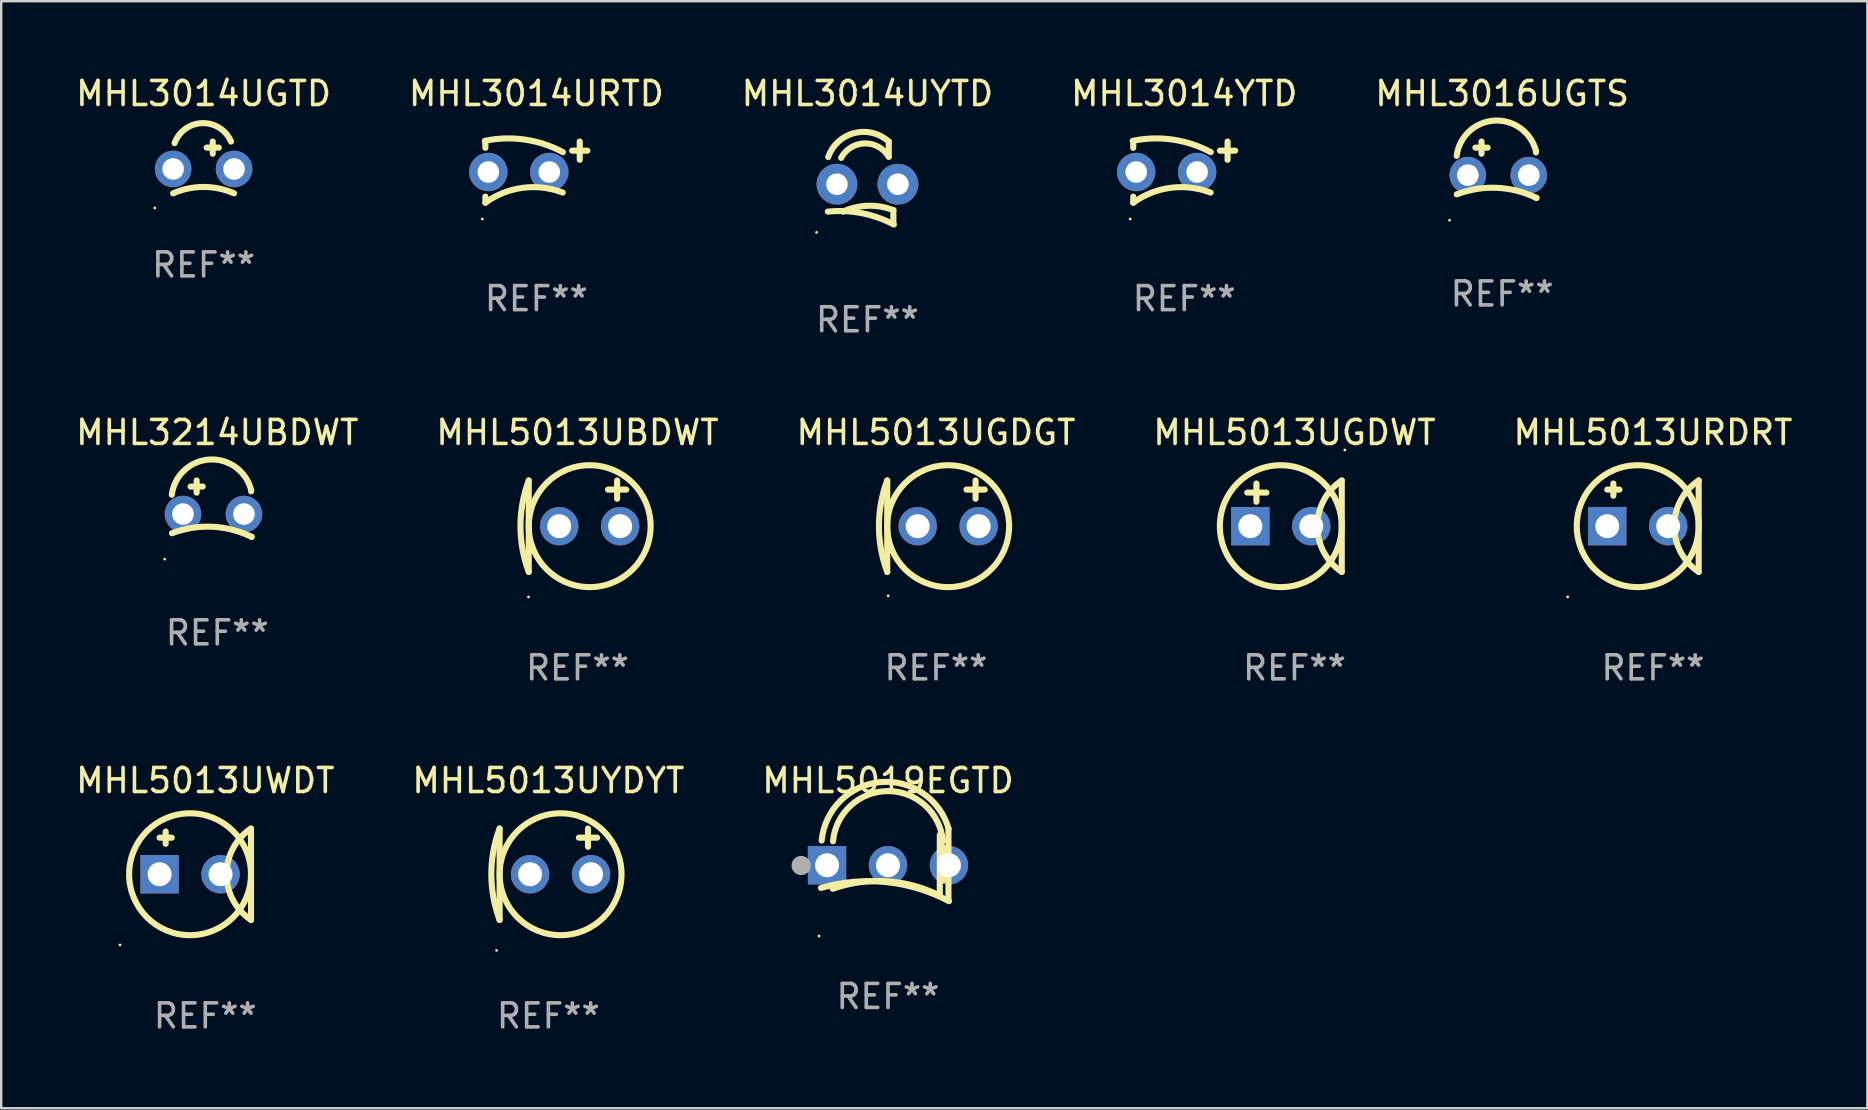
<source format=kicad_pcb>
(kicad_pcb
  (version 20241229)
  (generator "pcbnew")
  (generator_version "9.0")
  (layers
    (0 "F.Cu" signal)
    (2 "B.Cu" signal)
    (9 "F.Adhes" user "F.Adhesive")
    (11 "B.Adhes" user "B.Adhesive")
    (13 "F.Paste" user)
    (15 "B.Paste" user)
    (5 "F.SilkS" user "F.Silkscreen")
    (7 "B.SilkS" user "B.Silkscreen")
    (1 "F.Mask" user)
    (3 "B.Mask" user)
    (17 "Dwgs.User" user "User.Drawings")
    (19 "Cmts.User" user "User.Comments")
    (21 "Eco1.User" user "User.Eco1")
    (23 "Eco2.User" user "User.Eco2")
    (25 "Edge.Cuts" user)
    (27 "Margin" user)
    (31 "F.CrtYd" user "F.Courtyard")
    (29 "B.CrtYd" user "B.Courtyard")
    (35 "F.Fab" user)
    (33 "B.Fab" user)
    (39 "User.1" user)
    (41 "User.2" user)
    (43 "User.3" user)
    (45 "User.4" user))
  (footprint "MHL5013URDRT"
    (layer "F.Cu")
    (at 65.839 18.879)
    (property "Reference" "MHL5013URDRT" (at 0 -3.905 0) (layer "F.SilkS") (effects (font (size 1 1) (thickness 0.15))))
    (attr through_hole)
    (fp_line (start -1.905 -1.524) (end -1.397 -1.524) (stroke (width 0.254) (type solid)) (layer "F.SilkS"))
    (fp_line (start -1.651 -1.778) (end -1.651 -1.27) (stroke (width 0.254) (type solid)) (layer "F.SilkS"))
    (fp_line (start 1.905 1.905) (end 1.905 -1.905) (stroke (width 0.254) (type solid)) (layer "F.SilkS"))
    (fp_arc (start 1.904999 1.905) (mid 0.885477 0) (end 1.904999 -1.905) (stroke (width 0.254001) (type solid)) (layer "F.SilkS"))
    (fp_circle (center -3.554 2.946) (end -3.524 2.946) (stroke (width 0.06) (type solid)) (fill no) (layer "F.SilkS"))
    (fp_circle (center -0.635 0) (end 1.905 0) (stroke (width 0.254) (type solid)) (fill no) (layer "F.SilkS"))
    (fp_text user "REF**" (at 0 5.905 0) (layer "F.Fab") (effects (font (size 1 1) (thickness 0.15))))
    (pad "1" thru_hole rect (at -1.905 0) (size 1.6 1.6) (drill 1) (layers "*.Cu" "*.Mask"))
    (pad "2" thru_hole circle (at 0.635 0) (size 1.6 1.6) (drill 1) (layers "*.Cu" "*.Mask")))
  (footprint "MHL5013UGDWT"
    (layer "F.Cu")
    (at 50.899 18.879)
    (property "Reference" "MHL5013UGDWT" (at 0 -3.905 0) (layer "F.SilkS") (effects (font (size 1 1) (thickness 0.15))))
    (attr through_hole)
    (fp_line (start -1.97 -1.4) (end -1.17 -1.4) (stroke (width 0.254) (type solid)) (layer "F.SilkS"))
    (fp_line (start -1.586 -1.778) (end -1.586 -1.016) (stroke (width 0.254) (type solid)) (layer "F.SilkS"))
    (fp_line (start 1.97 1.905) (end 1.97 -1.905) (stroke (width 0.254) (type solid)) (layer "F.SilkS"))
    (fp_arc (start 1.969997 1.905) (mid 0.950475 -0.000001) (end 1.969998 -1.905001) (stroke (width 0.254001) (type solid)) (layer "F.SilkS"))
    (fp_circle (center -0.57 0) (end 1.97 0) (stroke (width 0.254) (type solid)) (fill no) (layer "F.SilkS"))
    (fp_circle (center 2.097 -3.175) (end 2.127 -3.175) (stroke (width 0.06) (type solid)) (fill no) (layer "F.SilkS"))
    (fp_text user "REF**" (at 0 5.905 0) (layer "F.Fab") (effects (font (size 1 1) (thickness 0.15))))
    (pad "1" thru_hole circle (at 0.7 0) (size 1.6 1.6) (drill 1) (layers "*.Cu" "*.Mask"))
    (pad "2" thru_hole rect (at -1.84 0) (size 1.6 1.6) (drill 1) (layers "*.Cu" "*.Mask")))
  (footprint "MHL5013UGDGT"
    (layer "F.Cu")
    (at 35.958 18.879)
    (property "Reference" "MHL5013UGDGT" (at 0 -3.905 0) (layer "F.SilkS") (effects (font (size 1 1) (thickness 0.15))))
    (attr through_hole)
    (fp_line (start -2.032 -1.905) (end -2.032 1.905) (stroke (width 0.254) (type solid)) (layer "F.SilkS"))
    (fp_line (start 1.651 -1.905) (end 1.651 -1.143) (stroke (width 0.254) (type solid)) (layer "F.SilkS"))
    (fp_line (start 2.032 -1.524) (end 1.27 -1.524) (stroke (width 0.254) (type solid)) (layer "F.SilkS"))
    (fp_arc (start -2.031999 1.905) (mid -2.377441 0) (end -2.031999 -1.905) (stroke (width 0.254001) (type solid)) (layer "F.SilkS"))
    (fp_circle (center -1.992 2.9) (end -1.962 2.9) (stroke (width 0.06) (type solid)) (fill no) (layer "F.SilkS"))
    (fp_circle (center 0.508 0) (end 3.048 0) (stroke (width 0.254) (type solid)) (fill no) (layer "F.SilkS"))
    (fp_text user "REF**" (at 0 5.905 0) (layer "F.Fab") (effects (font (size 1 1) (thickness 0.15))))
    (pad "1" thru_hole circle (at -0.762 0) (size 1.6 1.6) (drill 1) (layers "*.Cu" "*.Mask"))
    (pad "2" thru_hole circle (at 1.778 0) (size 1.6 1.6) (drill 1) (layers "*.Cu" "*.Mask")))
  (footprint "MHL3014URTD"
    (layer "F.Cu")
    (at 19.304 4.123)
    (property "Reference" "MHL3014URTD" (at 0 -3.275 0) (layer "F.SilkS") (effects (font (size 1 1) (thickness 0.15))))
    (attr through_hole)
    (fp_line (start -2.125 -1.265) (end -2.125 -1.011) (stroke (width 0.254) (type solid)) (layer "F.SilkS"))
    (fp_line (start -2.125 1.275) (end -2.125 1.021) (stroke (width 0.254) (type solid)) (layer "F.SilkS"))
    (fp_line (start 1.49 -0.894) (end 2.125 -0.894) (stroke (width 0.254) (type solid)) (layer "F.SilkS"))
    (fp_line (start 1.807 -0.513) (end 1.807 -1.275) (stroke (width 0.254) (type solid)) (layer "F.SilkS"))
    (fp_arc (start -2.148349 -1.302858) (mid -0.478554 -1.355044) (end 1.107912 -0.831535) (stroke (width 0.254001) (type solid)) (layer "F.SilkS"))
    (fp_arc (start -2.124829 1.27474) (mid -0.565957 0.654289) (end 1.100088 0.852615) (stroke (width 0.254001) (type solid)) (layer "F.SilkS"))
    (fp_circle (center -2.252 1.955) (end -2.222 1.955) (stroke (width 0.06) (type solid)) (fill no) (layer "F.SilkS"))
    (fp_text user "REF**" (at 0 5.275 0) (layer "F.Fab") (effects (font (size 1 1) (thickness 0.15))))
    (pad "1" thru_hole circle (at -2.002 -0.004) (size 1.6 1.6) (drill 0.9) (layers "*.Cu" "*.Mask"))
    (pad "2" thru_hole circle (at 0.538 -0.004) (size 1.6 1.6) (drill 0.9) (layers "*.Cu" "*.Mask")))
  (footprint "MHL3214UBDWT"
    (layer "F.Cu")
    (at 6.006 18.15)
    (property "Reference" "MHL3214UBDWT" (at 0 -3.176 0) (layer "F.SilkS") (effects (font (size 1 1) (thickness 0.15))))
    (attr through_hole)
    (fp_line (start -1.114 -0.922) (end -0.606 -0.922) (stroke (width 0.254) (type solid)) (layer "F.SilkS"))
    (fp_line (start -0.86 -1.176) (end -0.86 -0.668) (stroke (width 0.254) (type solid)) (layer "F.SilkS"))
    (fp_line (start 1.41 -0.776) (end 1.41 -0.723) (stroke (width 0.254) (type solid)) (layer "F.SilkS"))
    (fp_line (start 1.43 1.176) (end 1.43 1.164) (stroke (width 0.254) (type solid)) (layer "F.SilkS"))
    (fp_arc (start -1.896915 -0.579704) (mid -0.324751 -2.048067) (end 1.4103 -0.776302) (stroke (width 0.254001) (type solid)) (layer "F.SilkS"))
    (fp_arc (start -1.8897 1.023698) (mid -0.214006 0.752438) (end 1.429731 1.176302) (stroke (width 0.254001) (type solid)) (layer "F.SilkS"))
    (fp_circle (center -2.192 2.103) (end -2.162 2.103) (stroke (width 0.06) (type solid)) (fill no) (layer "F.SilkS"))
    (fp_text user "REF**" (at 0 5.176 0) (layer "F.Fab") (effects (font (size 1 1) (thickness 0.15))))
    (pad "1" thru_hole circle (at -1.43 0.224) (size 1.524 1.524) (drill 0.9) (layers "*.Cu" "*.Mask"))
    (pad "2" thru_hole circle (at 1.11 0.224) (size 1.524 1.524) (drill 0.9) (layers "*.Cu" "*.Mask")))
  (footprint "MHL5013UBDWT"
    (layer "F.Cu")
    (at 21.018 18.879)
    (property "Reference" "MHL5013UBDWT" (at 0 -3.905 0) (layer "F.SilkS") (effects (font (size 1 1) (thickness 0.15))))
    (attr through_hole)
    (fp_line (start -2.032 -1.905) (end -2.032 1.905) (stroke (width 0.254) (type solid)) (layer "F.SilkS"))
    (fp_line (start 1.651 -1.905) (end 1.651 -1.143) (stroke (width 0.254) (type solid)) (layer "F.SilkS"))
    (fp_line (start 2.032 -1.524) (end 1.27 -1.524) (stroke (width 0.254) (type solid)) (layer "F.SilkS"))
    (fp_arc (start -2.031999 1.905) (mid -2.377441 0) (end -2.031999 -1.905) (stroke (width 0.254001) (type solid)) (layer "F.SilkS"))
    (fp_circle (center -2.042 2.95) (end -2.012 2.95) (stroke (width 0.06) (type solid)) (fill no) (layer "F.SilkS"))
    (fp_circle (center 0.508 0) (end 3.048 0) (stroke (width 0.254) (type solid)) (fill no) (layer "F.SilkS"))
    (fp_text user "REF**" (at 0 5.905 0) (layer "F.Fab") (effects (font (size 1 1) (thickness 0.15))))
    (pad "1" thru_hole circle (at -0.762 0) (size 1.6 1.6) (drill 1) (layers "*.Cu" "*.Mask"))
    (pad "2" thru_hole circle (at 1.778 0) (size 1.6 1.6) (drill 1) (layers "*.Cu" "*.Mask")))
  (footprint "MHL5013UYDYT"
    (layer "F.Cu")
    (at 19.804 33.385)
    (property "Reference" "MHL5013UYDYT" (at 0 -3.905 0) (layer "F.SilkS") (effects (font (size 1 1) (thickness 0.15))))
    (attr through_hole)
    (fp_line (start -2.032 -1.905) (end -2.032 1.905) (stroke (width 0.254) (type solid)) (layer "F.SilkS"))
    (fp_line (start 1.651 -1.905) (end 1.651 -1.143) (stroke (width 0.254) (type solid)) (layer "F.SilkS"))
    (fp_line (start 2.032 -1.524) (end 1.27 -1.524) (stroke (width 0.254) (type solid)) (layer "F.SilkS"))
    (fp_arc (start -2.031999 1.905) (mid -2.377441 0) (end -2.031999 -1.905) (stroke (width 0.254001) (type solid)) (layer "F.SilkS"))
    (fp_circle (center -2.159 3.175) (end -2.129 3.175) (stroke (width 0.06) (type solid)) (fill no) (layer "F.SilkS"))
    (fp_circle (center 0.508 0) (end 3.048 0) (stroke (width 0.254) (type solid)) (fill no) (layer "F.SilkS"))
    (fp_text user "REF**" (at 0 5.905 0) (layer "F.Fab") (effects (font (size 1 1) (thickness 0.15))))
    (pad "1" thru_hole circle (at -0.762 0) (size 1.6 1.6) (drill 1) (layers "*.Cu" "*.Mask"))
    (pad "2" thru_hole circle (at 1.778 0) (size 1.6 1.6) (drill 1) (layers "*.Cu" "*.Mask")))
  (footprint "MHL3014YTD"
    (layer "F.Cu")
    (at 46.304 4.123)
    (property "Reference" "MHL3014YTD" (at 0 -3.275 0) (layer "F.SilkS") (effects (font (size 1 1) (thickness 0.15))))
    (attr through_hole)
    (fp_line (start -2.125 -1.265) (end -2.125 -1.011) (stroke (width 0.254) (type solid)) (layer "F.SilkS"))
    (fp_line (start -2.125 1.275) (end -2.125 1.021) (stroke (width 0.254) (type solid)) (layer "F.SilkS"))
    (fp_line (start 1.49 -0.894) (end 2.125 -0.894) (stroke (width 0.254) (type solid)) (layer "F.SilkS"))
    (fp_line (start 1.807 -0.513) (end 1.807 -1.275) (stroke (width 0.254) (type solid)) (layer "F.SilkS"))
    (fp_arc (start -2.148349 -1.302858) (mid -0.478554 -1.355044) (end 1.107912 -0.831535) (stroke (width 0.254001) (type solid)) (layer "F.SilkS"))
    (fp_arc (start -2.124829 1.27474) (mid -0.565957 0.654289) (end 1.100088 0.852615) (stroke (width 0.254001) (type solid)) (layer "F.SilkS"))
    (fp_circle (center -2.252 1.955) (end -2.222 1.955) (stroke (width 0.06) (type solid)) (fill no) (layer "F.SilkS"))
    (fp_text user "REF**" (at 0 5.275 0) (layer "F.Fab") (effects (font (size 1 1) (thickness 0.15))))
    (pad "1" thru_hole circle (at -2.002 -0.004) (size 1.6 1.6) (drill 0.9) (layers "*.Cu" "*.Mask"))
    (pad "2" thru_hole circle (at 0.538 -0.004) (size 1.6 1.6) (drill 0.9) (layers "*.Cu" "*.Mask")))
  (footprint "MHL3014UGTD"
    (layer "F.Cu")
    (at 5.435 3.42)
    (property "Reference" "MHL3014UGTD" (at 0 -2.572 0) (layer "F.SilkS") (effects (font (size 1 1) (thickness 0.15))))
    (attr through_hole)
    (fp_line (start 0.127 -0.318) (end 0.635 -0.318) (stroke (width 0.254) (type solid)) (layer "F.SilkS"))
    (fp_line (start 0.381 -0.572) (end 0.381 -0.064) (stroke (width 0.254) (type solid)) (layer "F.SilkS"))
    (fp_arc (start -1.270003 1.587503) (mid 0 1.321302) (end 1.270002 1.587503) (stroke (width 0.254001) (type solid)) (layer "F.SilkS"))
    (fp_arc (start -1.208153 -0.502413) (mid -0.056118 -1.338152) (end 1.143002 -0.571501) (stroke (width 0.254001) (type solid)) (layer "F.SilkS"))
    (fp_circle (center -2.032 2.198) (end -2.002 2.198) (stroke (width 0.06) (type solid)) (fill no) (layer "F.SilkS"))
    (fp_text user "REF**" (at 0 4.572 0) (layer "F.Fab") (effects (font (size 1 1) (thickness 0.15))))
    (pad "1" thru_hole circle (at -1.27 0.572) (size 1.524 1.524) (drill 0.9) (layers "*.Cu" "*.Mask"))
    (pad "2" thru_hole circle (at 1.27 0.572) (size 1.524 1.524) (drill 0.9) (layers "*.Cu" "*.Mask")))
  (footprint "MHL5019EGTD"
    (layer "F.Cu")
    (at 33.958 32.98)
    (property "Reference" "MHL5019EGTD" (at 0 -3.5 0) (layer "F.SilkS") (effects (font (size 1 1) (thickness 0.15))))
    (attr through_hole)
    (fp_line (start 2.159 -1.24) (end 2.159 1.3) (stroke (width 0.254) (type solid)) (layer "F.SilkS"))
    (fp_line (start 2.286 -0.732) (end 2.286 0.665) (stroke (width 0.254) (type solid)) (layer "F.SilkS"))
    (fp_line (start 2.52 -1.5) (end 2.52 1.5) (stroke (width 0.254) (type solid)) (layer "F.SilkS"))
    (fp_arc (start -2.79431 0.976848) (mid -0.072475 0.731584) (end 2.541758 1.52803) (stroke (width 0.254001) (type solid)) (layer "F.SilkS"))
    (fp_arc (start -2.764008 -0.999758) (mid -0.323263 -3.434716) (end 2.525806 -1.493307) (stroke (width 0.254001) (type solid)) (layer "F.SilkS"))
    (fp_arc (start -2.300305 1.010706) (mid -0.043043 0.697773) (end 2.155372 1.297879) (stroke (width 0.254001) (type solid)) (layer "F.SilkS"))
    (fp_arc (start -2.291543 -0.968465) (mid -0.000907 -3.060942) (end 2.290958 -0.969812) (stroke (width 0.254001) (type solid)) (layer "F.SilkS"))
    (fp_circle (center -2.877 2.98) (end -2.847 2.98) (stroke (width 0.06) (type solid)) (fill no) (layer "F.SilkS"))
    (fp_circle (center -3.62 0.04) (end -3.42 0.04) (stroke (width 0.4) (type solid)) (fill no) (layer "F.Fab"))
    (fp_text user "REF**" (at 0 5.5 0) (layer "F.Fab") (effects (font (size 1 1) (thickness 0.15))))
    (pad "1" thru_hole rect (at -2.54 0.03) (size 1.6 1.6) (drill 1) (layers "*.Cu" "*.Mask"))
    (pad "2" thru_hole circle (at 0 0.03) (size 1.6 1.6) (drill 1) (layers "*.Cu" "*.Mask"))
    (pad "3" thru_hole circle (at 2.54 0.03) (size 1.6 1.6) (drill 1) (layers "*.Cu" "*.Mask")))
  (footprint "MHL3014UYTD"
    (layer "F.Cu")
    (at 33.101 4.563)
    (property "Reference" "MHL3014UYTD" (at 0 -3.715 0) (layer "F.SilkS") (effects (font (size 1 1) (thickness 0.15))))
    (attr through_hole)
    (fp_line (start 0.889 -1.08) (end 0.889 -1.715) (stroke (width 0.254) (type solid)) (layer "F.SilkS"))
    (fp_line (start 1.081 1.145) (end 1.081 1.715) (stroke (width 0.254) (type solid)) (layer "F.SilkS"))
    (fp_arc (start -1.651003 1.206502) (mid -0.235595 1.270962) (end 1.100229 1.743307) (stroke (width 0.254001) (type solid)) (layer "F.SilkS"))
    (fp_arc (start -1.634417 -1.068022) (mid -0.54636 -2.069084) (end 0.889002 -1.714503) (stroke (width 0.254001) (type solid)) (layer "F.SilkS"))
    (fp_arc (start -1.09619 -1.03269) (mid -0.117284 -1.636677) (end 0.889002 -1.079502) (stroke (width 0.254001) (type solid)) (layer "F.SilkS"))
    (fp_arc (start -1.016002 1.206502) (mid 0.026416 0.962631) (end 1.081357 1.144856) (stroke (width 0.254001) (type solid)) (layer "F.SilkS"))
    (fp_circle (center -2.12 2.072) (end -2.09 2.072) (stroke (width 0.06) (type solid)) (fill no) (layer "F.SilkS"))
    (fp_text user "REF**" (at 0 5.715 0) (layer "F.Fab") (effects (font (size 1 1) (thickness 0.15))))
    (pad "1" thru_hole circle (at -1.27 0.064) (size 1.7 1.7) (drill 0.9) (layers "*.Cu" "*.Mask"))
    (pad "2" thru_hole circle (at 1.27 0.064) (size 1.7 1.7) (drill 0.9) (layers "*.Cu" "*.Mask")))
  (footprint "MHL5013UWDT"
    (layer "F.Cu")
    (at 5.506 33.385)
    (property "Reference" "MHL5013UWDT" (at 0 -3.905 0) (layer "F.SilkS") (effects (font (size 1 1) (thickness 0.15))))
    (attr through_hole)
    (fp_line (start -1.905 -1.524) (end -1.397 -1.524) (stroke (width 0.254) (type solid)) (layer "F.SilkS"))
    (fp_line (start -1.651 -1.778) (end -1.651 -1.27) (stroke (width 0.254) (type solid)) (layer "F.SilkS"))
    (fp_line (start 1.905 1.905) (end 1.905 -1.905) (stroke (width 0.254) (type solid)) (layer "F.SilkS"))
    (fp_arc (start 1.904999 1.905) (mid 0.885477 0) (end 1.904999 -1.905) (stroke (width 0.254001) (type solid)) (layer "F.SilkS"))
    (fp_circle (center -3.554 2.946) (end -3.524 2.946) (stroke (width 0.06) (type solid)) (fill no) (layer "F.SilkS"))
    (fp_circle (center -0.635 0) (end 1.905 0) (stroke (width 0.254) (type solid)) (fill no) (layer "F.SilkS"))
    (fp_text user "REF**" (at 0 5.905 0) (layer "F.Fab") (effects (font (size 1 1) (thickness 0.15))))
    (pad "1" thru_hole rect (at -1.905 0) (size 1.6 1.6) (drill 1) (layers "*.Cu" "*.Mask"))
    (pad "2" thru_hole circle (at 0.635 0) (size 1.6 1.6) (drill 1) (layers "*.Cu" "*.Mask")))
  (footprint "MHL3016UGTS"
    (layer "F.Cu")
    (at 59.554 4.025)
    (property "Reference" "MHL3016UGTS" (at 0 -3.176 0) (layer "F.SilkS") (effects (font (size 1 1) (thickness 0.15))))
    (attr through_hole)
    (fp_line (start -1.114 -0.922) (end -0.606 -0.922) (stroke (width 0.254) (type solid)) (layer "F.SilkS"))
    (fp_line (start -0.86 -1.176) (end -0.86 -0.668) (stroke (width 0.254) (type solid)) (layer "F.SilkS"))
    (fp_line (start 1.41 -0.776) (end 1.41 -0.723) (stroke (width 0.254) (type solid)) (layer "F.SilkS"))
    (fp_line (start 1.43 1.176) (end 1.43 1.164) (stroke (width 0.254) (type solid)) (layer "F.SilkS"))
    (fp_arc (start -1.896915 -0.579704) (mid -0.324751 -2.048067) (end 1.4103 -0.776302) (stroke (width 0.254001) (type solid)) (layer "F.SilkS"))
    (fp_arc (start -1.8897 1.023698) (mid -0.214006 0.752438) (end 1.429731 1.176302) (stroke (width 0.254001) (type solid)) (layer "F.SilkS"))
    (fp_circle (center -2.192 2.103) (end -2.162 2.103) (stroke (width 0.06) (type solid)) (fill no) (layer "F.SilkS"))
    (fp_text user "REF**" (at 0 5.176 0) (layer "F.Fab") (effects (font (size 1 1) (thickness 0.15))))
    (pad "1" thru_hole circle (at -1.43 0.224) (size 1.524 1.524) (drill 0.9) (layers "*.Cu" "*.Mask"))
    (pad "2" thru_hole circle (at 1.11 0.224) (size 1.524 1.524) (drill 0.9) (layers "*.Cu" "*.Mask")))
  (gr_rect
    (start -3 -3)
    (end 74.774 43.139)
    (stroke (width 0.1) (type default))
    (fill no)
    (layer "Edge.Cuts")))
</source>
